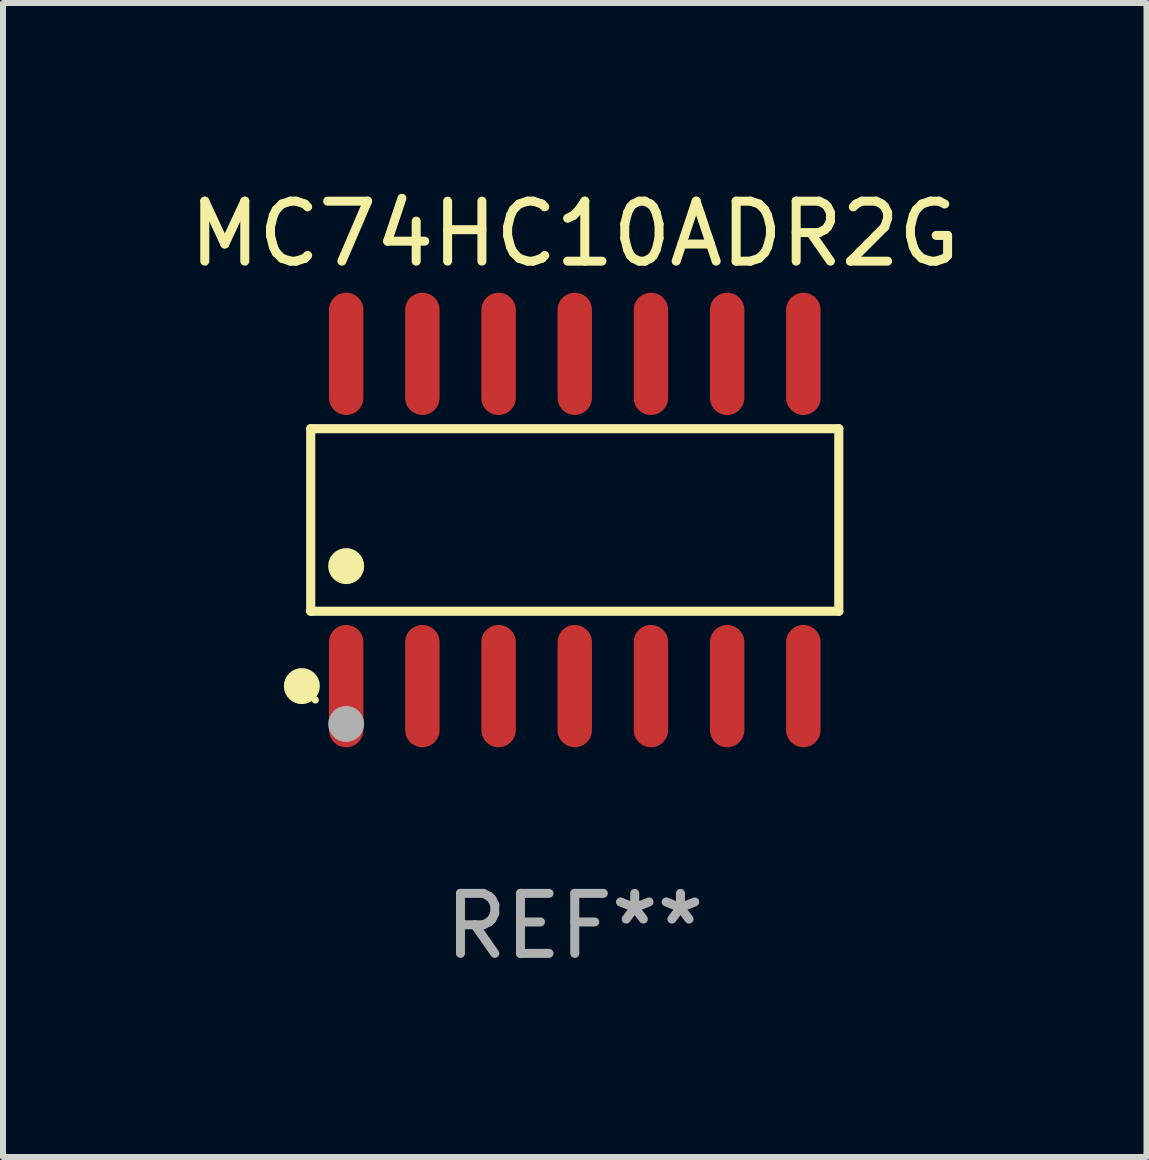
<source format=kicad_pcb>
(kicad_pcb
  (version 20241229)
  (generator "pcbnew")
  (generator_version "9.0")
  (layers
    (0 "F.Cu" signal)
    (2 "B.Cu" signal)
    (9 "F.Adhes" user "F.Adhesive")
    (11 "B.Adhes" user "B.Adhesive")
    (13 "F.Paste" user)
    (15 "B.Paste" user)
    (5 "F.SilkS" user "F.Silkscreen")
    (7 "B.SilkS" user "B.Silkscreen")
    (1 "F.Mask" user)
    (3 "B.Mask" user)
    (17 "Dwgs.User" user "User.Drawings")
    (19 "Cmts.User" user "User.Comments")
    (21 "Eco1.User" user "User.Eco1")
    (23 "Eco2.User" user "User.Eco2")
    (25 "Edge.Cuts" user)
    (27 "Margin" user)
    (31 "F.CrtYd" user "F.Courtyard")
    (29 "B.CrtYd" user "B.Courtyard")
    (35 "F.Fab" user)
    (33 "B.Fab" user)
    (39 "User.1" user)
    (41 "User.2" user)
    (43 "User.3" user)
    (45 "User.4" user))
  (footprint "MC74HC10ADR2G"
    (layer "F.Cu")
    (at 6.53 5.617)
    (property "Reference" "MC74HC10ADR2G" (at 0 -4.769 0) (layer "F.SilkS") (effects (font (size 1 1) (thickness 0.15))))
    (attr through_hole)
    (fp_line (start -4.401 -1.521) (end 4.401 -1.521) (stroke (width 0.152) (type solid)) (layer "F.SilkS"))
    (fp_line (start -4.401 1.521) (end -4.401 -1.521) (stroke (width 0.152) (type solid)) (layer "F.SilkS"))
    (fp_line (start 4.401 -1.521) (end 4.401 1.521) (stroke (width 0.152) (type solid)) (layer "F.SilkS"))
    (fp_line (start 4.401 1.521) (end -4.401 1.521) (stroke (width 0.152) (type solid)) (layer "F.SilkS"))
    (fp_circle (center -4.549 2.769) (end -4.399 2.769) (stroke (width 0.3) (type solid)) (fill no) (layer "F.SilkS"))
    (fp_circle (center -4.325 3) (end -4.295 3) (stroke (width 0.06) (type solid)) (fill no) (layer "F.SilkS"))
    (fp_circle (center -3.81 0.769) (end -3.66 0.769) (stroke (width 0.3) (type solid)) (fill no) (layer "F.SilkS"))
    (fp_circle (center -3.81 3.4) (end -3.66 3.4) (stroke (width 0.3) (type solid)) (fill no) (layer "F.Fab"))
    (fp_text user "REF**" (at 0 6.769 0) (layer "F.Fab") (effects (font (size 1 1) (thickness 0.15))))
    (pad "1" smd oval (at -3.81 2.769) (size 0.574 2.038) (layers "F.Cu" "F.Mask" "F.Paste"))
    (pad "2" smd oval (at -2.54 2.769) (size 0.574 2.038) (layers "F.Cu" "F.Mask" "F.Paste"))
    (pad "3" smd oval (at -1.27 2.769) (size 0.574 2.038) (layers "F.Cu" "F.Mask" "F.Paste"))
    (pad "4" smd oval (at 0 2.769) (size 0.574 2.038) (layers "F.Cu" "F.Mask" "F.Paste"))
    (pad "5" smd oval (at 1.27 2.769) (size 0.574 2.038) (layers "F.Cu" "F.Mask" "F.Paste"))
    (pad "6" smd oval (at 2.54 2.769) (size 0.574 2.038) (layers "F.Cu" "F.Mask" "F.Paste"))
    (pad "7" smd oval (at 3.81 2.769) (size 0.574 2.038) (layers "F.Cu" "F.Mask" "F.Paste"))
    (pad "8" smd oval (at 3.81 -2.769) (size 0.574 2.038) (layers "F.Cu" "F.Mask" "F.Paste"))
    (pad "9" smd oval (at 2.54 -2.769) (size 0.574 2.038) (layers "F.Cu" "F.Mask" "F.Paste"))
    (pad "10" smd oval (at 1.27 -2.769) (size 0.574 2.038) (layers "F.Cu" "F.Mask" "F.Paste"))
    (pad "11" smd oval (at 0 -2.769) (size 0.574 2.038) (layers "F.Cu" "F.Mask" "F.Paste"))
    (pad "12" smd oval (at -1.27 -2.769) (size 0.574 2.038) (layers "F.Cu" "F.Mask" "F.Paste"))
    (pad "13" smd oval (at -2.54 -2.769) (size 0.574 2.038) (layers "F.Cu" "F.Mask" "F.Paste"))
    (pad "14" smd oval (at -3.81 -2.769) (size 0.574 2.038) (layers "F.Cu" "F.Mask" "F.Paste")))
  (gr_rect
    (start -3 -3)
    (end 16.06 16.235)
    (stroke (width 0.1) (type default))
    (fill no)
    (layer "Edge.Cuts")))
</source>
